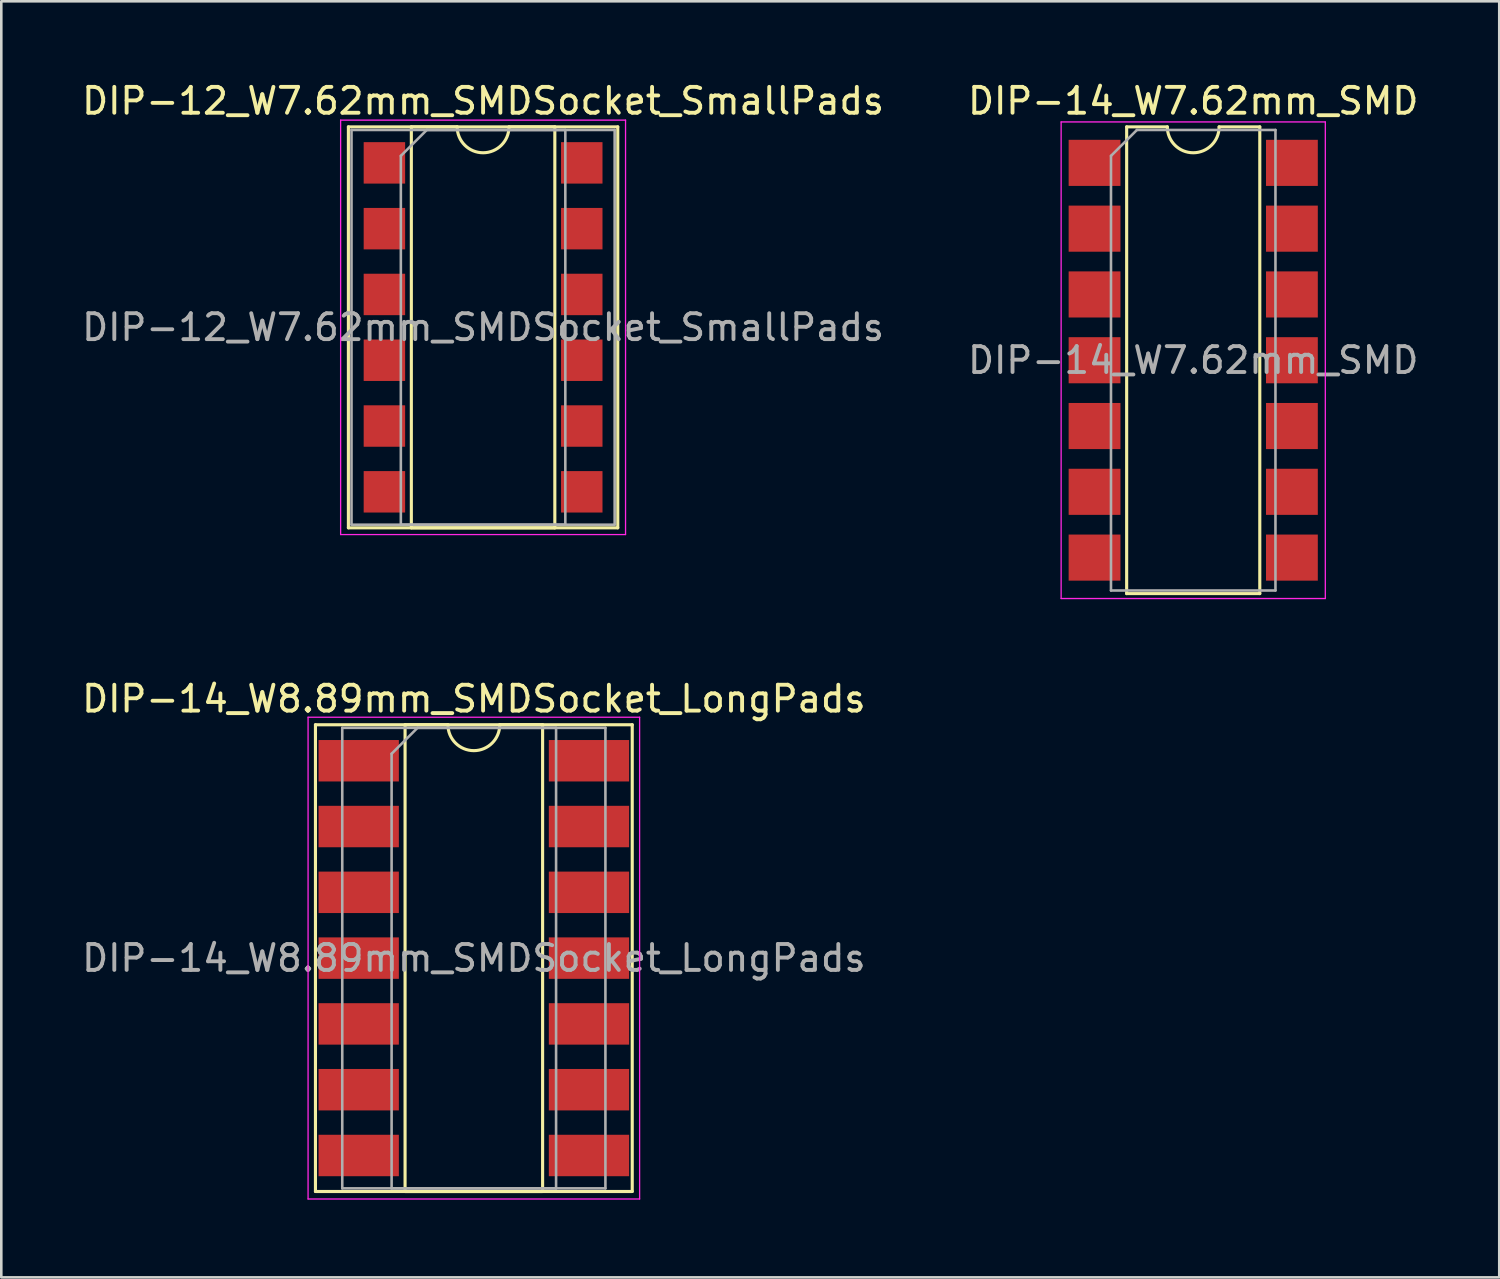
<source format=kicad_pcb>
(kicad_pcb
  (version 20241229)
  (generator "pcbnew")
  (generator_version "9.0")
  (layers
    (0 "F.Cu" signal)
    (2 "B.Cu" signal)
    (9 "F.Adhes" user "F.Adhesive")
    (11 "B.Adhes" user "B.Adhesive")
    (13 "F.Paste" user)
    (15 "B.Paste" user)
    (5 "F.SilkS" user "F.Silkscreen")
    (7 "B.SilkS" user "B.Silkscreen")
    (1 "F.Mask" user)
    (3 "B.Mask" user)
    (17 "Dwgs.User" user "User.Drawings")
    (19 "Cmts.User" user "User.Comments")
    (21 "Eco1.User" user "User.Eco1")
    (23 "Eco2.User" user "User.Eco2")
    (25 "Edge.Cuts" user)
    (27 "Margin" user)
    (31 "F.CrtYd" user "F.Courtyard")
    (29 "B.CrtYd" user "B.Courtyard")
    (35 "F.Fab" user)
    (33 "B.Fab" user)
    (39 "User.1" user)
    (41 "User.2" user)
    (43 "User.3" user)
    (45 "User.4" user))
  (footprint "DIP-14_W8.89mm_SMDSocket_LongPads"
    (layer "F.Cu")
    (at 15.244 33.941)
    (property "Reference" "DIP-14_W8.89mm_SMDSocket_LongPads" (at 0 -10.01 0) (layer "F.SilkS") (effects (font (size 1 1) (thickness 0.15))))
    (attr smd)
    (fp_line (start -6.115 -9.01) (end -6.115 9.01) (stroke (width 0.12) (type solid)) (layer "F.SilkS"))
    (fp_line (start -6.115 9.01) (end 6.115 9.01) (stroke (width 0.12) (type solid)) (layer "F.SilkS"))
    (fp_line (start -2.655 -9.01) (end -2.655 9.01) (stroke (width 0.12) (type solid)) (layer "F.SilkS"))
    (fp_line (start -2.655 9.01) (end 2.655 9.01) (stroke (width 0.12) (type solid)) (layer "F.SilkS"))
    (fp_line (start -1 -9.01) (end -2.655 -9.01) (stroke (width 0.12) (type solid)) (layer "F.SilkS"))
    (fp_line (start 2.655 -9.01) (end 1 -9.01) (stroke (width 0.12) (type solid)) (layer "F.SilkS"))
    (fp_line (start 2.655 9.01) (end 2.655 -9.01) (stroke (width 0.12) (type solid)) (layer "F.SilkS"))
    (fp_line (start 6.115 -9.01) (end -6.115 -9.01) (stroke (width 0.12) (type solid)) (layer "F.SilkS"))
    (fp_line (start 6.115 9.01) (end 6.115 -9.01) (stroke (width 0.12) (type solid)) (layer "F.SilkS"))
    (fp_arc (start 1 -9.01) (mid 0 -8.01) (end -1 -9.01) (stroke (width 0.12) (type solid)) (layer "F.SilkS"))
    (fp_line (start -6.4 -9.3) (end -6.4 9.3) (stroke (width 0.05) (type solid)) (layer "F.CrtYd"))
    (fp_line (start -6.4 9.3) (end 6.4 9.3) (stroke (width 0.05) (type solid)) (layer "F.CrtYd"))
    (fp_line (start 6.4 -9.3) (end -6.4 -9.3) (stroke (width 0.05) (type solid)) (layer "F.CrtYd"))
    (fp_line (start 6.4 9.3) (end 6.4 -9.3) (stroke (width 0.05) (type solid)) (layer "F.CrtYd"))
    (fp_line (start -5.08 -8.89) (end -5.08 8.89) (stroke (width 0.1) (type solid)) (layer "F.Fab"))
    (fp_line (start -5.08 8.89) (end 5.08 8.89) (stroke (width 0.1) (type solid)) (layer "F.Fab"))
    (fp_line (start -3.175 -7.89) (end -2.175 -8.89) (stroke (width 0.1) (type solid)) (layer "F.Fab"))
    (fp_line (start -3.175 8.89) (end -3.175 -7.89) (stroke (width 0.1) (type solid)) (layer "F.Fab"))
    (fp_line (start -2.175 -8.89) (end 3.175 -8.89) (stroke (width 0.1) (type solid)) (layer "F.Fab"))
    (fp_line (start 3.175 -8.89) (end 3.175 8.89) (stroke (width 0.1) (type solid)) (layer "F.Fab"))
    (fp_line (start 3.175 8.89) (end -3.175 8.89) (stroke (width 0.1) (type solid)) (layer "F.Fab"))
    (fp_line (start 5.08 -8.89) (end -5.08 -8.89) (stroke (width 0.1) (type solid)) (layer "F.Fab"))
    (fp_line (start 5.08 8.89) (end 5.08 -8.89) (stroke (width 0.1) (type solid)) (layer "F.Fab"))
    (fp_text user "${REFERENCE}" (at 0 0 0) (layer "F.Fab") (effects (font (size 1 1) (thickness 0.15))))
    (pad "1" smd rect (at -4.445 -7.62) (size 3.1 1.6) (layers "F.Cu" "F.Mask" "F.Paste"))
    (pad "2" smd rect (at -4.445 -5.08) (size 3.1 1.6) (layers "F.Cu" "F.Mask" "F.Paste"))
    (pad "3" smd rect (at -4.445 -2.54) (size 3.1 1.6) (layers "F.Cu" "F.Mask" "F.Paste"))
    (pad "4" smd rect (at -4.445 0) (size 3.1 1.6) (layers "F.Cu" "F.Mask" "F.Paste"))
    (pad "5" smd rect (at -4.445 2.54) (size 3.1 1.6) (layers "F.Cu" "F.Mask" "F.Paste"))
    (pad "6" smd rect (at -4.445 5.08) (size 3.1 1.6) (layers "F.Cu" "F.Mask" "F.Paste"))
    (pad "7" smd rect (at -4.445 7.62) (size 3.1 1.6) (layers "F.Cu" "F.Mask" "F.Paste"))
    (pad "8" smd rect (at 4.445 7.62) (size 3.1 1.6) (layers "F.Cu" "F.Mask" "F.Paste"))
    (pad "9" smd rect (at 4.445 5.08) (size 3.1 1.6) (layers "F.Cu" "F.Mask" "F.Paste"))
    (pad "10" smd rect (at 4.445 2.54) (size 3.1 1.6) (layers "F.Cu" "F.Mask" "F.Paste"))
    (pad "11" smd rect (at 4.445 0) (size 3.1 1.6) (layers "F.Cu" "F.Mask" "F.Paste"))
    (pad "12" smd rect (at 4.445 -2.54) (size 3.1 1.6) (layers "F.Cu" "F.Mask" "F.Paste"))
    (pad "13" smd rect (at 4.445 -5.08) (size 3.1 1.6) (layers "F.Cu" "F.Mask" "F.Paste"))
    (pad "14" smd rect (at 4.445 -7.62) (size 3.1 1.6) (layers "F.Cu" "F.Mask" "F.Paste")))
  (footprint "DIP-14_W7.62mm_SMD"
    (layer "F.Cu")
    (at 43.018 10.858)
    (property "Reference" "DIP-14_W7.62mm_SMD" (at 0 -10.01 0) (layer "F.SilkS") (effects (font (size 1 1) (thickness 0.15))))
    (attr smd)
    (fp_line (start -2.57 -9.01) (end -2.57 9.01) (stroke (width 0.12) (type solid)) (layer "F.SilkS"))
    (fp_line (start -2.57 9.01) (end 2.57 9.01) (stroke (width 0.12) (type solid)) (layer "F.SilkS"))
    (fp_line (start -1 -9.01) (end -2.57 -9.01) (stroke (width 0.12) (type solid)) (layer "F.SilkS"))
    (fp_line (start 2.57 -9.01) (end 1 -9.01) (stroke (width 0.12) (type solid)) (layer "F.SilkS"))
    (fp_line (start 2.57 9.01) (end 2.57 -9.01) (stroke (width 0.12) (type solid)) (layer "F.SilkS"))
    (fp_arc (start 1 -9.01) (mid 0 -8.01) (end -1 -9.01) (stroke (width 0.12) (type solid)) (layer "F.SilkS"))
    (fp_line (start -5.1 -9.2) (end -5.1 9.2) (stroke (width 0.05) (type solid)) (layer "F.CrtYd"))
    (fp_line (start -5.1 9.2) (end 5.1 9.2) (stroke (width 0.05) (type solid)) (layer "F.CrtYd"))
    (fp_line (start 5.1 -9.2) (end -5.1 -9.2) (stroke (width 0.05) (type solid)) (layer "F.CrtYd"))
    (fp_line (start 5.1 9.2) (end 5.1 -9.2) (stroke (width 0.05) (type solid)) (layer "F.CrtYd"))
    (fp_line (start -3.175 -7.89) (end -2.175 -8.89) (stroke (width 0.1) (type solid)) (layer "F.Fab"))
    (fp_line (start -3.175 8.89) (end -3.175 -7.89) (stroke (width 0.1) (type solid)) (layer "F.Fab"))
    (fp_line (start -2.175 -8.89) (end 3.175 -8.89) (stroke (width 0.1) (type solid)) (layer "F.Fab"))
    (fp_line (start 3.175 -8.89) (end 3.175 8.89) (stroke (width 0.1) (type solid)) (layer "F.Fab"))
    (fp_line (start 3.175 8.89) (end -3.175 8.89) (stroke (width 0.1) (type solid)) (layer "F.Fab"))
    (fp_text user "${REFERENCE}" (at 0 0 0) (layer "F.Fab") (effects (font (size 1 1) (thickness 0.15))))
    (pad "1" smd rect (at -3.81 -7.62) (size 2 1.78) (layers "F.Cu" "F.Mask" "F.Paste"))
    (pad "2" smd rect (at -3.81 -5.08) (size 2 1.78) (layers "F.Cu" "F.Mask" "F.Paste"))
    (pad "3" smd rect (at -3.81 -2.54) (size 2 1.78) (layers "F.Cu" "F.Mask" "F.Paste"))
    (pad "4" smd rect (at -3.81 0) (size 2 1.78) (layers "F.Cu" "F.Mask" "F.Paste"))
    (pad "5" smd rect (at -3.81 2.54) (size 2 1.78) (layers "F.Cu" "F.Mask" "F.Paste"))
    (pad "6" smd rect (at -3.81 5.08) (size 2 1.78) (layers "F.Cu" "F.Mask" "F.Paste"))
    (pad "7" smd rect (at -3.81 7.62) (size 2 1.78) (layers "F.Cu" "F.Mask" "F.Paste"))
    (pad "8" smd rect (at 3.81 7.62) (size 2 1.78) (layers "F.Cu" "F.Mask" "F.Paste"))
    (pad "9" smd rect (at 3.81 5.08) (size 2 1.78) (layers "F.Cu" "F.Mask" "F.Paste"))
    (pad "10" smd rect (at 3.81 2.54) (size 2 1.78) (layers "F.Cu" "F.Mask" "F.Paste"))
    (pad "11" smd rect (at 3.81 0) (size 2 1.78) (layers "F.Cu" "F.Mask" "F.Paste"))
    (pad "12" smd rect (at 3.81 -2.54) (size 2 1.78) (layers "F.Cu" "F.Mask" "F.Paste"))
    (pad "13" smd rect (at 3.81 -5.08) (size 2 1.78) (layers "F.Cu" "F.Mask" "F.Paste"))
    (pad "14" smd rect (at 3.81 -7.62) (size 2 1.78) (layers "F.Cu" "F.Mask" "F.Paste")))
  (footprint "DIP-12_W7.62mm_SMDSocket_SmallPads"
    (layer "F.Cu")
    (at 15.601 9.588)
    (property "Reference" "DIP-12_W7.62mm_SMDSocket_SmallPads" (at 0 -8.74 0) (layer "F.SilkS") (effects (font (size 1 1) (thickness 0.15))))
    (attr smd)
    (fp_line (start -5.2 -7.74) (end -5.2 7.74) (stroke (width 0.12) (type solid)) (layer "F.SilkS"))
    (fp_line (start -5.2 7.74) (end 5.2 7.74) (stroke (width 0.12) (type solid)) (layer "F.SilkS"))
    (fp_line (start -2.77 -7.74) (end -2.77 7.74) (stroke (width 0.12) (type solid)) (layer "F.SilkS"))
    (fp_line (start -2.77 7.74) (end 2.77 7.74) (stroke (width 0.12) (type solid)) (layer "F.SilkS"))
    (fp_line (start -1 -7.74) (end -2.77 -7.74) (stroke (width 0.12) (type solid)) (layer "F.SilkS"))
    (fp_line (start 2.77 -7.74) (end 1 -7.74) (stroke (width 0.12) (type solid)) (layer "F.SilkS"))
    (fp_line (start 2.77 7.74) (end 2.77 -7.74) (stroke (width 0.12) (type solid)) (layer "F.SilkS"))
    (fp_line (start 5.2 -7.74) (end -5.2 -7.74) (stroke (width 0.12) (type solid)) (layer "F.SilkS"))
    (fp_line (start 5.2 7.74) (end 5.2 -7.74) (stroke (width 0.12) (type solid)) (layer "F.SilkS"))
    (fp_arc (start 1 -7.74) (mid 0 -6.74) (end -1 -7.74) (stroke (width 0.12) (type solid)) (layer "F.SilkS"))
    (fp_line (start -5.5 -8) (end -5.5 8) (stroke (width 0.05) (type solid)) (layer "F.CrtYd"))
    (fp_line (start -5.5 8) (end 5.5 8) (stroke (width 0.05) (type solid)) (layer "F.CrtYd"))
    (fp_line (start 5.5 -8) (end -5.5 -8) (stroke (width 0.05) (type solid)) (layer "F.CrtYd"))
    (fp_line (start 5.5 8) (end 5.5 -8) (stroke (width 0.05) (type solid)) (layer "F.CrtYd"))
    (fp_line (start -5.08 -7.62) (end -5.08 7.62) (stroke (width 0.1) (type solid)) (layer "F.Fab"))
    (fp_line (start -5.08 7.62) (end 5.08 7.62) (stroke (width 0.1) (type solid)) (layer "F.Fab"))
    (fp_line (start -3.175 -6.62) (end -2.175 -7.62) (stroke (width 0.1) (type solid)) (layer "F.Fab"))
    (fp_line (start -3.175 7.62) (end -3.175 -6.62) (stroke (width 0.1) (type solid)) (layer "F.Fab"))
    (fp_line (start -2.175 -7.62) (end 3.175 -7.62) (stroke (width 0.1) (type solid)) (layer "F.Fab"))
    (fp_line (start 3.175 -7.62) (end 3.175 7.62) (stroke (width 0.1) (type solid)) (layer "F.Fab"))
    (fp_line (start 3.175 7.62) (end -3.175 7.62) (stroke (width 0.1) (type solid)) (layer "F.Fab"))
    (fp_line (start 5.08 -7.62) (end -5.08 -7.62) (stroke (width 0.1) (type solid)) (layer "F.Fab"))
    (fp_line (start 5.08 7.62) (end 5.08 -7.62) (stroke (width 0.1) (type solid)) (layer "F.Fab"))
    (fp_text user "${REFERENCE}" (at 0 0 0) (layer "F.Fab") (effects (font (size 1 1) (thickness 0.15))))
    (pad "1" smd rect (at -3.81 -6.35) (size 1.6 1.6) (layers "F.Cu" "F.Mask" "F.Paste"))
    (pad "2" smd rect (at -3.81 -3.81) (size 1.6 1.6) (layers "F.Cu" "F.Mask" "F.Paste"))
    (pad "3" smd rect (at -3.81 -1.27) (size 1.6 1.6) (layers "F.Cu" "F.Mask" "F.Paste"))
    (pad "4" smd rect (at -3.81 1.27) (size 1.6 1.6) (layers "F.Cu" "F.Mask" "F.Paste"))
    (pad "5" smd rect (at -3.81 3.81) (size 1.6 1.6) (layers "F.Cu" "F.Mask" "F.Paste"))
    (pad "6" smd rect (at -3.81 6.35) (size 1.6 1.6) (layers "F.Cu" "F.Mask" "F.Paste"))
    (pad "7" smd rect (at 3.81 6.35) (size 1.6 1.6) (layers "F.Cu" "F.Mask" "F.Paste"))
    (pad "8" smd rect (at 3.81 3.81) (size 1.6 1.6) (layers "F.Cu" "F.Mask" "F.Paste"))
    (pad "9" smd rect (at 3.81 1.27) (size 1.6 1.6) (layers "F.Cu" "F.Mask" "F.Paste"))
    (pad "10" smd rect (at 3.81 -1.27) (size 1.6 1.6) (layers "F.Cu" "F.Mask" "F.Paste"))
    (pad "11" smd rect (at 3.81 -3.81) (size 1.6 1.6) (layers "F.Cu" "F.Mask" "F.Paste"))
    (pad "12" smd rect (at 3.81 -6.35) (size 1.6 1.6) (layers "F.Cu" "F.Mask" "F.Paste")))
  (gr_rect
    (start -3 -3)
    (end 54.833 46.267)
    (stroke (width 0.1) (type default))
    (fill no)
    (layer "Edge.Cuts")))
</source>
